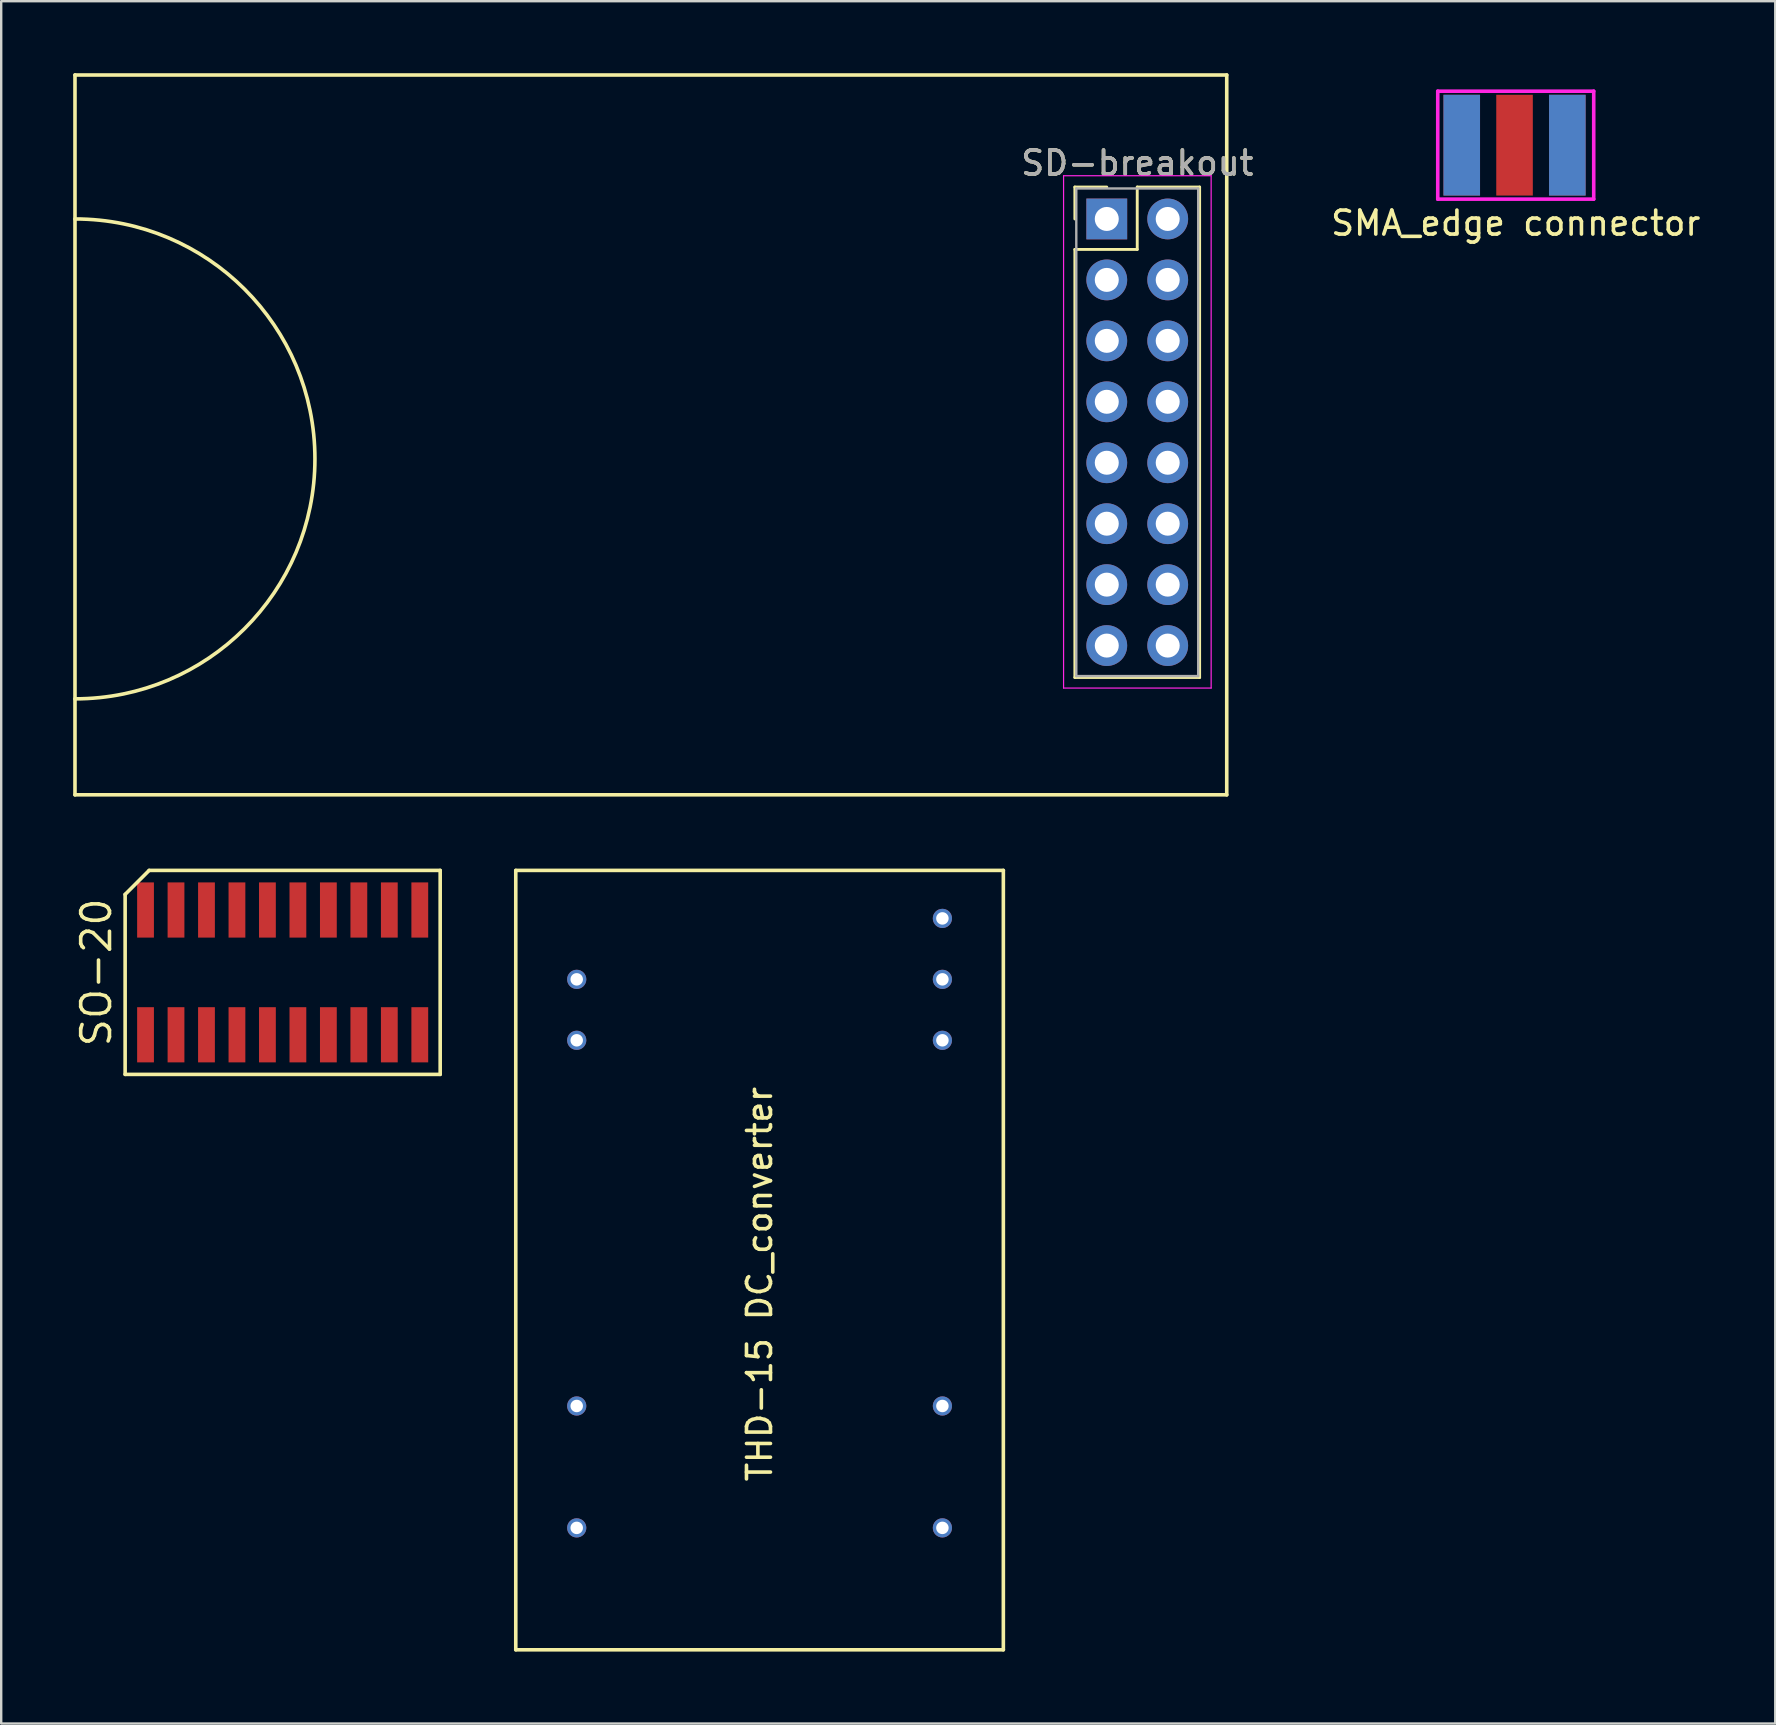
<source format=kicad_pcb>
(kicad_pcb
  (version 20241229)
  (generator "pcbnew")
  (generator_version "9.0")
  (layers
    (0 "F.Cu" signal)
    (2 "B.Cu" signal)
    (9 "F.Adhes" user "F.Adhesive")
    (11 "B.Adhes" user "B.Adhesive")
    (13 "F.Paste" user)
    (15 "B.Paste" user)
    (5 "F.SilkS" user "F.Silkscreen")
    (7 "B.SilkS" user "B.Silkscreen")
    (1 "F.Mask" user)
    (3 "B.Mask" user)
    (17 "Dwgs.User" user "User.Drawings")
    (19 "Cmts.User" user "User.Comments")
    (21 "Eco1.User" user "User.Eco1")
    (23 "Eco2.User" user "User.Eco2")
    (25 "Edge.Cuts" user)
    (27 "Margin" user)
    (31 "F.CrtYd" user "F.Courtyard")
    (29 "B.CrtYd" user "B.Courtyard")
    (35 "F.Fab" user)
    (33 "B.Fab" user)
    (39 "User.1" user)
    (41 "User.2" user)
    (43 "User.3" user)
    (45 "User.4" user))
  (footprint "THD-15 DC_converter"
    (layer "F.Cu")
    (at 36.225 35.225)
    (property "Reference" "THD-15 DC_converter" (at -7.62 15.24 90) (layer "F.SilkS") (effects (font (size 1 1) (thickness 0.15))))
    (attr through_hole)
    (fp_line (start -17.78 -2) (end 2.54 -2) (stroke (width 0.15) (type solid)) (layer "F.SilkS"))
    (fp_line (start -17.78 30.48) (end -17.78 -2) (stroke (width 0.15) (type solid)) (layer "F.SilkS"))
    (fp_line (start 2.54 -2) (end 2.54 30.48) (stroke (width 0.15) (type solid)) (layer "F.SilkS"))
    (fp_line (start 2.54 30.48) (end -17.78 30.48) (stroke (width 0.15) (type solid)) (layer "F.SilkS"))
    (pad "1" thru_hole circle (at 0 0) (size 0.8 0.8) (drill 0.52) (layers "*.Cu" "*.Mask"))
    (pad "2" thru_hole circle (at 0 2.54) (size 0.8 0.8) (drill 0.52) (layers "*.Cu" "*.Mask"))
    (pad "3" thru_hole circle (at 0 5.08) (size 0.8 0.8) (drill 0.52) (layers "*.Cu" "*.Mask"))
    (pad "9" thru_hole circle (at 0 20.32) (size 0.8 0.8) (drill 0.52) (layers "*.Cu" "*.Mask"))
    (pad "11" thru_hole circle (at 0 25.4) (size 0.8 0.8) (drill 0.52) (layers "*.Cu" "*.Mask"))
    (pad "14" thru_hole circle (at -15.24 25.4) (size 0.8 0.8) (drill 0.52) (layers "*.Cu" "*.Mask"))
    (pad "16" thru_hole circle (at -15.24 20.32) (size 0.8 0.8) (drill 0.52) (layers "*.Cu" "*.Mask"))
    (pad "22" thru_hole circle (at -15.24 5.08) (size 0.8 0.8) (drill 0.52) (layers "*.Cu" "*.Mask"))
    (pad "23" thru_hole circle (at -15.24 2.54) (size 0.8 0.8) (drill 0.52) (layers "*.Cu" "*.Mask")))
  (footprint "SO-20"
    (layer "F.Cu")
    (at 8.73 37.475)
    (property "Reference" "SO-20" (at -7.765 0 90) (layer "F.SilkS") (effects (font (size 1.2 1.2) (thickness 0.15))))
    (attr through_hole)
    (fp_line (start -6.565 -3.25) (end -6.565 4.25) (stroke (width 0.15) (type solid)) (layer "F.SilkS"))
    (fp_line (start -6.565 4.25) (end 6.565 4.25) (stroke (width 0.15) (type solid)) (layer "F.SilkS"))
    (fp_line (start -5.565 -4.25) (end -6.565 -3.25) (stroke (width 0.15) (type solid)) (layer "F.SilkS"))
    (fp_line (start 6.565 -4.25) (end -5.565 -4.25) (stroke (width 0.15) (type solid)) (layer "F.SilkS"))
    (fp_line (start 6.565 4.25) (end 6.565 -4.25) (stroke (width 0.15) (type solid)) (layer "F.SilkS"))
    (pad "1" smd rect (at -5.715 2.6) (size 0.7 2.3) (layers "F.Cu" "F.Mask" "F.Paste"))
    (pad "2" smd rect (at -4.445 2.6) (size 0.7 2.3) (layers "F.Cu" "F.Mask" "F.Paste"))
    (pad "3" smd rect (at -3.175 2.6) (size 0.7 2.3) (layers "F.Cu" "F.Mask" "F.Paste"))
    (pad "4" smd rect (at -1.905 2.6) (size 0.7 2.3) (layers "F.Cu" "F.Mask" "F.Paste"))
    (pad "5" smd rect (at -0.635 2.6) (size 0.7 2.3) (layers "F.Cu" "F.Mask" "F.Paste"))
    (pad "6" smd rect (at 0.635 2.6) (size 0.7 2.3) (layers "F.Cu" "F.Mask" "F.Paste"))
    (pad "7" smd rect (at 1.905 2.6) (size 0.7 2.3) (layers "F.Cu" "F.Mask" "F.Paste"))
    (pad "8" smd rect (at 3.175 2.6) (size 0.7 2.3) (layers "F.Cu" "F.Mask" "F.Paste"))
    (pad "9" smd rect (at 4.445 2.6) (size 0.7 2.3) (layers "F.Cu" "F.Mask" "F.Paste"))
    (pad "10" smd rect (at 5.715 2.6) (size 0.7 2.3) (layers "F.Cu" "F.Mask" "F.Paste"))
    (pad "11" smd rect (at 5.715 -2.6) (size 0.7 2.3) (layers "F.Cu" "F.Mask" "F.Paste"))
    (pad "12" smd rect (at 4.445 -2.6) (size 0.7 2.3) (layers "F.Cu" "F.Mask" "F.Paste"))
    (pad "13" smd rect (at 3.175 -2.6) (size 0.7 2.3) (layers "F.Cu" "F.Mask" "F.Paste"))
    (pad "14" smd rect (at 1.905 -2.6) (size 0.7 2.3) (layers "F.Cu" "F.Mask" "F.Paste"))
    (pad "15" smd rect (at 0.635 -2.6) (size 0.7 2.3) (layers "F.Cu" "F.Mask" "F.Paste"))
    (pad "16" smd rect (at -0.635 -2.6) (size 0.7 2.3) (layers "F.Cu" "F.Mask" "F.Paste"))
    (pad "17" smd rect (at -1.905 -2.6) (size 0.7 2.3) (layers "F.Cu" "F.Mask" "F.Paste"))
    (pad "18" smd rect (at -3.175 -2.6) (size 0.7 2.3) (layers "F.Cu" "F.Mask" "F.Paste"))
    (pad "19" smd rect (at -4.445 -2.6) (size 0.7 2.3) (layers "F.Cu" "F.Mask" "F.Paste"))
    (pad "20" smd rect (at -5.715 -2.6) (size 0.7 2.3) (layers "F.Cu" "F.Mask" "F.Paste")))
  (footprint "SD-breakout"
    (layer "F.Cu")
    (at 43.075 6.075)
    (property "Reference" "SD-breakout" (at 1.27 -2.33 0) (layer "F.SilkS") (effects (font (size 1 1) (thickness 0.15))))
    (attr through_hole)
    (fp_line (start -43 -6) (end -43 24) (stroke (width 0.15) (type solid)) (layer "F.SilkS"))
    (fp_line (start -43 24) (end 5 24) (stroke (width 0.15) (type solid)) (layer "F.SilkS"))
    (fp_line (start -1.33 -1.33) (end 0 -1.33) (stroke (width 0.12) (type solid)) (layer "F.SilkS"))
    (fp_line (start -1.33 0) (end -1.33 -1.33) (stroke (width 0.12) (type solid)) (layer "F.SilkS"))
    (fp_line (start -1.33 1.27) (end -1.33 19.11) (stroke (width 0.12) (type solid)) (layer "F.SilkS"))
    (fp_line (start -1.33 19.11) (end 3.87 19.11) (stroke (width 0.12) (type solid)) (layer "F.SilkS"))
    (fp_line (start 1.27 -1.33) (end 1.27 1.27) (stroke (width 0.12) (type solid)) (layer "F.SilkS"))
    (fp_line (start 1.27 1.27) (end -1.33 1.27) (stroke (width 0.12) (type solid)) (layer "F.SilkS"))
    (fp_line (start 3.87 -1.33) (end 1.27 -1.33) (stroke (width 0.12) (type solid)) (layer "F.SilkS"))
    (fp_line (start 3.87 19.11) (end 3.87 -1.33) (stroke (width 0.12) (type solid)) (layer "F.SilkS"))
    (fp_line (start 5 -6) (end -43 -6) (stroke (width 0.15) (type solid)) (layer "F.SilkS"))
    (fp_line (start 5 24) (end 5 -6) (stroke (width 0.15) (type solid)) (layer "F.SilkS"))
    (fp_arc (start -43 0) (mid -33 10) (end -43 20) (stroke (width 0.15) (type solid)) (layer "F.SilkS"))
    (fp_line (start -1.8 -1.8) (end -1.8 19.55) (stroke (width 0.05) (type solid)) (layer "F.CrtYd"))
    (fp_line (start -1.8 19.55) (end 4.35 19.55) (stroke (width 0.05) (type solid)) (layer "F.CrtYd"))
    (fp_line (start 4.35 -1.8) (end -1.8 -1.8) (stroke (width 0.05) (type solid)) (layer "F.CrtYd"))
    (fp_line (start 4.35 19.55) (end 4.35 -1.8) (stroke (width 0.05) (type solid)) (layer "F.CrtYd"))
    (fp_line (start -1.27 -1.27) (end -1.27 19.05) (stroke (width 0.1) (type solid)) (layer "F.Fab"))
    (fp_line (start -1.27 19.05) (end 3.81 19.05) (stroke (width 0.1) (type solid)) (layer "F.Fab"))
    (fp_line (start 3.81 -1.27) (end -1.27 -1.27) (stroke (width 0.1) (type solid)) (layer "F.Fab"))
    (fp_line (start 3.81 19.05) (end 3.81 -1.27) (stroke (width 0.1) (type solid)) (layer "F.Fab"))
    (fp_text user "${REFERENCE}" (at 1.27 -2.33 0) (layer "F.Fab") (effects (font (size 1 1) (thickness 0.15))))
    (pad "1" thru_hole rect (at 0 0) (size 1.7 1.7) (drill 1) (layers "*.Cu" "*.Mask"))
    (pad "2" thru_hole oval (at 0 2.54) (size 1.7 1.7) (drill 1) (layers "*.Cu" "*.Mask"))
    (pad "3" thru_hole oval (at 0 5.08) (size 1.7 1.7) (drill 1) (layers "*.Cu" "*.Mask"))
    (pad "4" thru_hole oval (at 0 7.62) (size 1.7 1.7) (drill 1) (layers "*.Cu" "*.Mask"))
    (pad "5" thru_hole oval (at 0 10.16) (size 1.7 1.7) (drill 1) (layers "*.Cu" "*.Mask"))
    (pad "6" thru_hole oval (at 0 12.7) (size 1.7 1.7) (drill 1) (layers "*.Cu" "*.Mask"))
    (pad "7" thru_hole oval (at 0 15.24) (size 1.7 1.7) (drill 1) (layers "*.Cu" "*.Mask"))
    (pad "8" thru_hole oval (at 0 17.78) (size 1.7 1.7) (drill 1) (layers "*.Cu" "*.Mask"))
    (pad "9" thru_hole oval (at 2.54 17.78) (size 1.7 1.7) (drill 1) (layers "*.Cu" "*.Mask"))
    (pad "10" thru_hole oval (at 2.54 15.24) (size 1.7 1.7) (drill 1) (layers "*.Cu" "*.Mask"))
    (pad "11" thru_hole oval (at 2.54 12.7) (size 1.7 1.7) (drill 1) (layers "*.Cu" "*.Mask"))
    (pad "12" thru_hole oval (at 2.54 10.16) (size 1.7 1.7) (drill 1) (layers "*.Cu" "*.Mask"))
    (pad "13" thru_hole oval (at 2.54 7.62) (size 1.7 1.7) (drill 1) (layers "*.Cu" "*.Mask"))
    (pad "14" thru_hole oval (at 2.54 5.08) (size 1.7 1.7) (drill 1) (layers "*.Cu" "*.Mask"))
    (pad "15" thru_hole oval (at 2.54 2.54) (size 1.7 1.7) (drill 1) (layers "*.Cu" "*.Mask"))
    (pad "16" thru_hole oval (at 2.54 0) (size 1.7 1.7) (drill 1) (layers "*.Cu" "*.Mask")))
  (footprint "SMA_edge connector"
    (layer "F.Cu")
    (at 57.869 0.25)
    (property "Reference" "SMA_edge connector" (at 2.25 6 0) (layer "F.SilkS") (effects (font (size 1 1) (thickness 0.15))))
    (attr through_hole)
    (fp_line (start -1 0.5) (end 5.5 0.5) (stroke (width 0.15) (type solid)) (layer "F.CrtYd"))
    (fp_line (start -1 5) (end -1 0.5) (stroke (width 0.15) (type solid)) (layer "F.CrtYd"))
    (fp_line (start 5.5 0.5) (end 5.5 5) (stroke (width 0.15) (type solid)) (layer "F.CrtYd"))
    (fp_line (start 5.5 5) (end -1 5) (stroke (width 0.15) (type solid)) (layer "F.CrtYd"))
    (pad "1" smd rect (at 2.2 2.75) (size 1.524 4.2) (layers "F.Cu" "F.Mask" "F.Paste"))
    (pad "2" smd rect (at 0 2.75) (size 1.524 4.2) (layers "F.Cu" "F.Mask" "F.Paste"))
    (pad "2" smd rect (at 0 2.75) (size 1.524 4.2) (layers "F.Mask" "B.Cu" "F.Paste"))
    (pad "2" smd rect (at 4.4 2.75) (size 1.524 4.2) (layers "F.Cu" "F.Mask" "F.Paste"))
    (pad "2" smd rect (at 4.4 2.75) (size 1.524 4.2) (layers "F.Mask" "B.Cu" "F.Paste")))
  (gr_rect
    (start -3 -3)
    (end 70.934 68.78)
    (stroke (width 0.1) (type default))
    (fill no)
    (layer "Edge.Cuts")))
</source>
